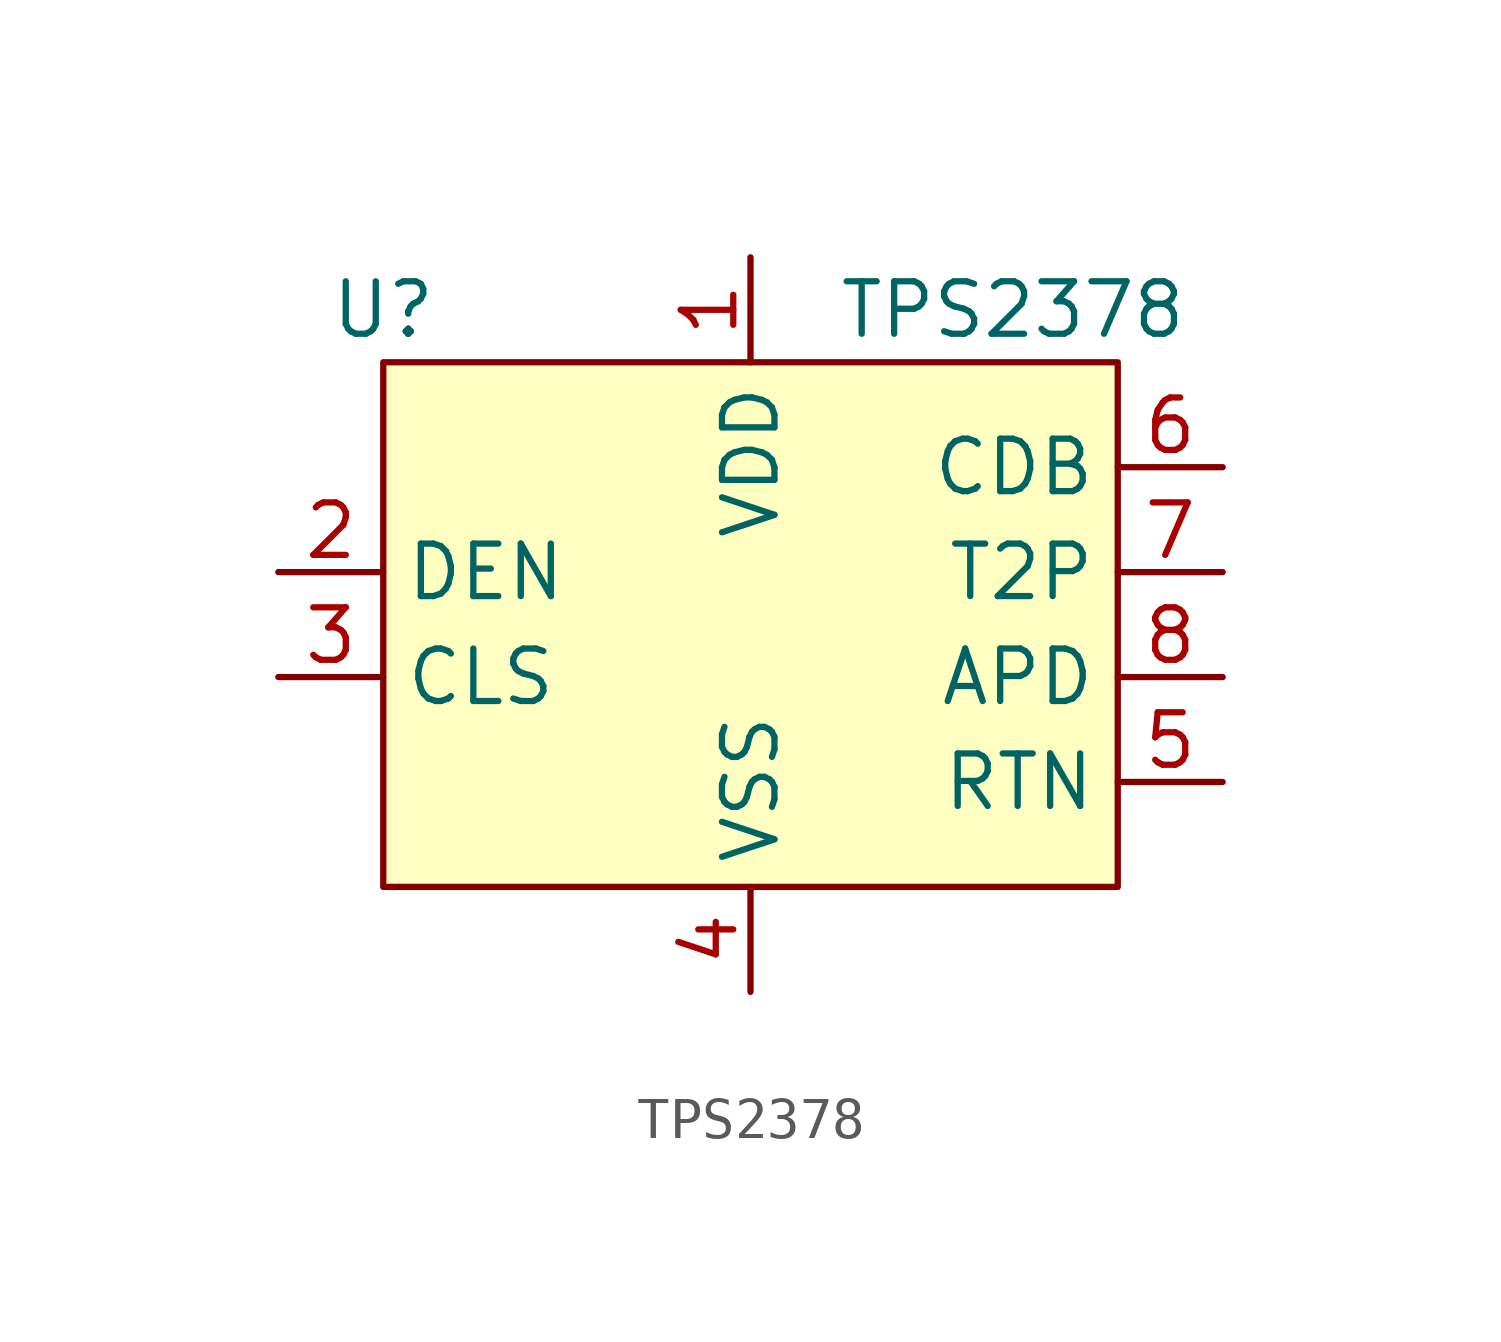
<source format=kicad_sym>
(kicad_symbol_lib
  (version 20220914)
  (generator kicad_symbol_editor)
  (symbol "TPS2378"
    (property "Reference" "U"
      (at -8.89 7.62 0)
      (effects (font (size 1.27 1.27))))
    (property "Value" "TPS2378"
      (at 6.35 7.62 0)
      (effects (font (size 1.27 1.27))))
    (symbol "TPS2378_1_1"
      (rectangle (start -8.89 6.35) (end 8.89 -6.35) (stroke (width 0) (type default)) (fill (type background)))
      (pin power_in line (at 0 8.89 270) (length 2.54) (name "VDD" (effects (font (size 1.27 1.27)))) (number "1" (effects (font (size 1.27 1.27)))))
      (pin passive line (at -11.43 1.27 0) (length 2.54) (name "DEN" (effects (font (size 1.27 1.27)))) (number "2" (effects (font (size 1.27 1.27)))))
      (pin passive line (at -11.43 -1.27 0) (length 2.54) (name "CLS" (effects (font (size 1.27 1.27)))) (number "3" (effects (font (size 1.27 1.27)))))
      (pin power_in line (at 0 -8.89 90) (length 2.54) (name "VSS" (effects (font (size 1.27 1.27)))) (number "4" (effects (font (size 1.27 1.27)))))
      (pin power_out line (at 11.43 -3.81 180) (length 2.54) (name "RTN" (effects (font (size 1.27 1.27)))) (number "5" (effects (font (size 1.27 1.27)))))
      (pin open_collector line (at 11.43 3.81 180) (length 2.54) (name "CDB" (effects (font (size 1.27 1.27)))) (number "6" (effects (font (size 1.27 1.27)))))
      (pin output line (at 11.43 1.27 180) (length 2.54) (name "T2P" (effects (font (size 1.27 1.27)))) (number "7" (effects (font (size 1.27 1.27)))))
      (pin input line (at 11.43 -1.27 180) (length 2.54) (name "APD" (effects (font (size 1.27 1.27)))) (number "8" (effects (font (size 1.27 1.27)))))
      (pin passive line (at 0 -8.89 90) (length 2.54) hide (name "EP" (effects (font (size 1.27 1.27)))) (number "9" (effects (font (size 1.27 1.27))))))))
</source>
